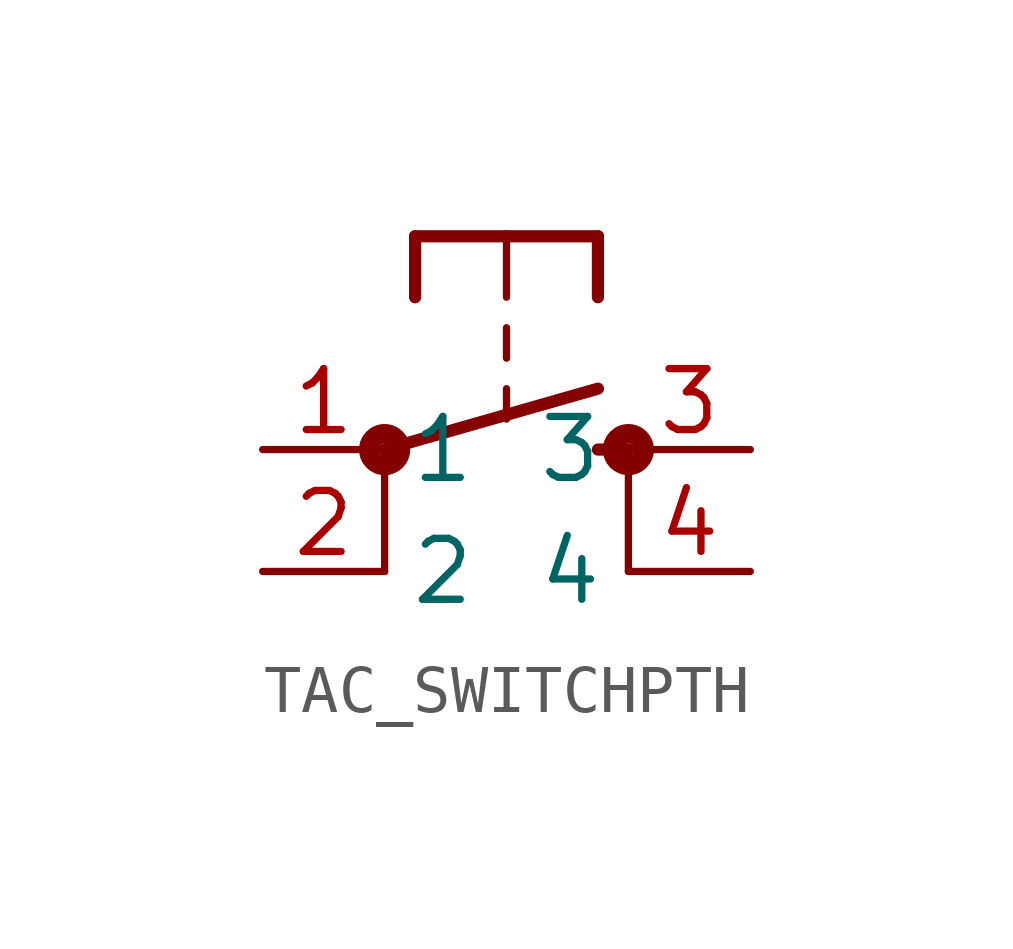
<source format=kicad_sym>
(kicad_symbol_lib
  (version 20231120)
  (generator "kicad_symbol_editor")
  (generator_version "8.0")
  (symbol "TAC_SWITCHPTH"
    (property "Reference" "SW"
      (at 0 0 0)
      (effects (font (size 1.27 1.27)) (hide yes)))
    (property "ki_locked" ""
      (at 0 0 0)
      (effects (font (size 1.27 1.27))))
    (symbol "TAC_SWITCHPTH_1_0"
      (circle (center -2.54 -0.953) (radius 0.127) (stroke (width 0.406) (type solid)) (fill (type none)))
      (polyline (pts (xy -2.54 -3.492) (xy -2.54 -0.952)) (stroke (width 0.152) (type solid)) (fill (type none)))
      (polyline (pts (xy -2.54 -0.952) (xy 1.905 0.317)) (stroke (width 0.254) (type solid)) (fill (type none)))
      (polyline (pts (xy -1.905 3.492) (xy -1.905 2.222)) (stroke (width 0.254) (type solid)) (fill (type none)))
      (polyline (pts (xy 0 0.317) (xy 0 -0.317)) (stroke (width 0.152) (type solid)) (fill (type none)))
      (polyline (pts (xy 0 1.587) (xy 0 0.952)) (stroke (width 0.152) (type solid)) (fill (type none)))
      (polyline (pts (xy 0 3.492) (xy -1.905 3.492)) (stroke (width 0.254) (type solid)) (fill (type none)))
      (polyline (pts (xy 0 3.492) (xy 0 2.222)) (stroke (width 0.152) (type solid)) (fill (type none)))
      (polyline (pts (xy 1.905 -0.952) (xy 2.54 -0.952)) (stroke (width 0.254) (type solid)) (fill (type none)))
      (polyline (pts (xy 1.905 3.492) (xy 0 3.492)) (stroke (width 0.254) (type solid)) (fill (type none)))
      (polyline (pts (xy 1.905 3.492) (xy 1.905 2.222)) (stroke (width 0.254) (type solid)) (fill (type none)))
      (polyline (pts (xy 2.54 -3.492) (xy 2.54 -0.952)) (stroke (width 0.152) (type solid)) (fill (type none)))
      (circle (center 2.54 -0.953) (radius 0.127) (stroke (width 0.406) (type solid)) (fill (type none)))
      (pin passive line (at -5.08 -0.952 0) (length 2.54) (name "1" (effects (font (size 1.27 1.27)))) (number "1" (effects (font (size 1.27 1.27)))))
      (pin passive line (at -5.08 -3.492 0) (length 2.54) (name "2" (effects (font (size 1.27 1.27)))) (number "2" (effects (font (size 1.27 1.27)))))
      (pin passive line (at 5.08 -0.952 180) (length 2.54) (name "3" (effects (font (size 1.27 1.27)))) (number "3" (effects (font (size 1.27 1.27)))))
      (pin passive line (at 5.08 -3.492 180) (length 2.54) (name "4" (effects (font (size 1.27 1.27)))) (number "4" (effects (font (size 1.27 1.27))))))))
</source>
